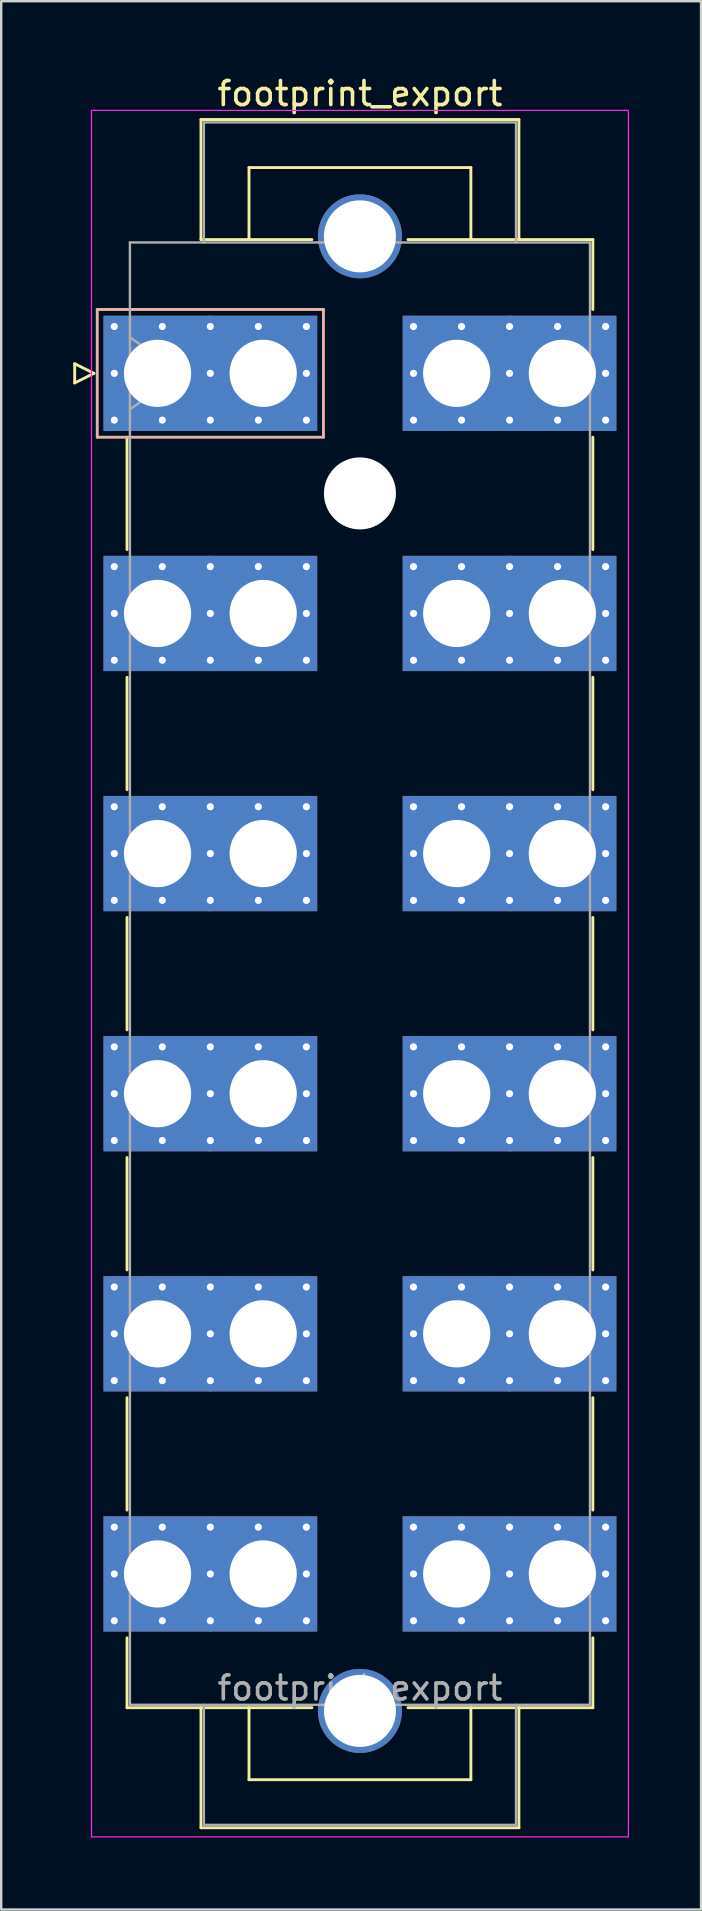
<source format=kicad_pcb>
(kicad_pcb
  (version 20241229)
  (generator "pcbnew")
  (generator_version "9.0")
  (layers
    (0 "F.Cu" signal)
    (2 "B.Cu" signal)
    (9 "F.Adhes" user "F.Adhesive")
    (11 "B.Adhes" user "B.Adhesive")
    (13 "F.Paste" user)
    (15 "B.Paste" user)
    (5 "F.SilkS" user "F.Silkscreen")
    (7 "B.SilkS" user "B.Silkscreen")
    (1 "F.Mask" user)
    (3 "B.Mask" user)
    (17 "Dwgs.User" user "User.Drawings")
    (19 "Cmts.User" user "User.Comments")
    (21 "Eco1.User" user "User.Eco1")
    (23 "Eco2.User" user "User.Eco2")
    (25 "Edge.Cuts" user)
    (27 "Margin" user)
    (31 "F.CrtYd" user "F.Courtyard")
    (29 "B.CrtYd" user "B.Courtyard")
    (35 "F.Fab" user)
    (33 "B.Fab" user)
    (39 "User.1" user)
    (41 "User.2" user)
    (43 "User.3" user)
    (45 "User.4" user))
  (footprint "footprint_export"
    (layer "F.Cu")
    (at 3.51 12.498)
    (property "Reference" "footprint_export" (at 8.43 -11.65 0) (layer "F.SilkS") (effects (font (size 1 1) (thickness 0.15))))
    (attr through_hole)
    (fp_line (start -3.45 -0.4) (end -3.45 0.4) (stroke (width 0.12) (type solid)) (layer "F.SilkS"))
    (fp_line (start -3.45 0.4) (end -2.65 0) (stroke (width 0.12) (type solid)) (layer "F.SilkS"))
    (fp_line (start -2.65 0) (end -3.45 -0.4) (stroke (width 0.12) (type solid)) (layer "F.SilkS"))
    (fp_line (start -1.27 2.66) (end -1.27 7.34) (stroke (width 0.12) (type solid)) (layer "F.SilkS"))
    (fp_line (start -1.27 12.66) (end -1.27 17.34) (stroke (width 0.12) (type solid)) (layer "F.SilkS"))
    (fp_line (start -1.27 22.66) (end -1.27 27.34) (stroke (width 0.12) (type solid)) (layer "F.SilkS"))
    (fp_line (start -1.27 32.66) (end -1.27 37.34) (stroke (width 0.12) (type solid)) (layer "F.SilkS"))
    (fp_line (start -1.27 42.66) (end -1.27 47.34) (stroke (width 0.12) (type solid)) (layer "F.SilkS"))
    (fp_line (start -1.27 52.66) (end -1.27 55.57) (stroke (width 0.12) (type solid)) (layer "F.SilkS"))
    (fp_line (start -1.27 55.57) (end 6.43 55.57) (stroke (width 0.12) (type solid)) (layer "F.SilkS"))
    (fp_line (start 1.81 -10.57) (end 15.05 -10.57) (stroke (width 0.12) (type solid)) (layer "F.SilkS"))
    (fp_line (start 1.81 -5.57) (end 1.81 -10.57) (stroke (width 0.12) (type solid)) (layer "F.SilkS"))
    (fp_line (start 1.81 55.57) (end 1.81 60.57) (stroke (width 0.12) (type solid)) (layer "F.SilkS"))
    (fp_line (start 1.81 60.57) (end 15.05 60.57) (stroke (width 0.12) (type solid)) (layer "F.SilkS"))
    (fp_line (start 3.81 -8.57) (end 13.05 -8.57) (stroke (width 0.12) (type solid)) (layer "F.SilkS"))
    (fp_line (start 3.81 -5.57) (end 3.81 -8.57) (stroke (width 0.12) (type solid)) (layer "F.SilkS"))
    (fp_line (start 3.81 55.57) (end 3.81 58.57) (stroke (width 0.12) (type solid)) (layer "F.SilkS"))
    (fp_line (start 3.81 58.57) (end 13.05 58.57) (stroke (width 0.12) (type solid)) (layer "F.SilkS"))
    (fp_line (start 6.43 -5.57) (end 1.81 -5.57) (stroke (width 0.12) (type solid)) (layer "F.SilkS"))
    (fp_line (start 13.05 -8.57) (end 13.05 -5.57) (stroke (width 0.12) (type solid)) (layer "F.SilkS"))
    (fp_line (start 13.05 58.57) (end 13.05 55.57) (stroke (width 0.12) (type solid)) (layer "F.SilkS"))
    (fp_line (start 15.05 -10.57) (end 15.05 -5.57) (stroke (width 0.12) (type solid)) (layer "F.SilkS"))
    (fp_line (start 15.05 60.57) (end 15.05 55.57) (stroke (width 0.12) (type solid)) (layer "F.SilkS"))
    (fp_line (start 18.13 -5.57) (end 10.43 -5.57) (stroke (width 0.12) (type solid)) (layer "F.SilkS"))
    (fp_line (start 18.13 -2.66) (end 18.13 -5.57) (stroke (width 0.12) (type solid)) (layer "F.SilkS"))
    (fp_line (start 18.13 2.66) (end 18.13 7.34) (stroke (width 0.12) (type solid)) (layer "F.SilkS"))
    (fp_line (start 18.13 12.66) (end 18.13 17.34) (stroke (width 0.12) (type solid)) (layer "F.SilkS"))
    (fp_line (start 18.13 22.66) (end 18.13 27.34) (stroke (width 0.12) (type solid)) (layer "F.SilkS"))
    (fp_line (start 18.13 32.66) (end 18.13 37.34) (stroke (width 0.12) (type solid)) (layer "F.SilkS"))
    (fp_line (start 18.13 42.66) (end 18.13 47.34) (stroke (width 0.12) (type solid)) (layer "F.SilkS"))
    (fp_line (start 18.13 52.66) (end 18.13 55.57) (stroke (width 0.12) (type solid)) (layer "F.SilkS"))
    (fp_line (start 18.13 55.57) (end 10.43 55.57) (stroke (width 0.12) (type solid)) (layer "F.SilkS"))
    (fp_line (start -2.51 -2.66) (end -2.51 2.66) (stroke (width 0.12) (type solid)) (layer "B.SilkS"))
    (fp_line (start -2.51 2.66) (end 6.91 2.66) (stroke (width 0.12) (type solid)) (layer "B.SilkS"))
    (fp_line (start 6.91 -2.66) (end -2.51 -2.66) (stroke (width 0.12) (type solid)) (layer "B.SilkS"))
    (fp_line (start 6.91 2.66) (end 6.91 -2.66) (stroke (width 0.12) (type solid)) (layer "B.SilkS"))
    (fp_line (start -2.75 -10.95) (end -2.75 60.95) (stroke (width 0.05) (type solid)) (layer "F.CrtYd"))
    (fp_line (start -2.75 60.95) (end 19.61 60.95) (stroke (width 0.05) (type solid)) (layer "F.CrtYd"))
    (fp_line (start 19.61 -10.95) (end -2.75 -10.95) (stroke (width 0.05) (type solid)) (layer "F.CrtYd"))
    (fp_line (start 19.61 60.95) (end 19.61 -10.95) (stroke (width 0.05) (type solid)) (layer "F.CrtYd"))
    (fp_line (start -1.15 -5.45) (end -1.15 55.45) (stroke (width 0.1) (type solid)) (layer "F.Fab"))
    (fp_line (start -1.15 -1.5) (end 0.971 0) (stroke (width 0.1) (type solid)) (layer "F.Fab"))
    (fp_line (start -1.15 55.45) (end 18.01 55.45) (stroke (width 0.1) (type solid)) (layer "F.Fab"))
    (fp_line (start 0.971 0) (end -1.15 1.5) (stroke (width 0.1) (type solid)) (layer "F.Fab"))
    (fp_line (start 1.93 -10.45) (end 14.93 -10.45) (stroke (width 0.1) (type solid)) (layer "F.Fab"))
    (fp_line (start 1.93 -5.45) (end 1.93 -10.45) (stroke (width 0.1) (type solid)) (layer "F.Fab"))
    (fp_line (start 1.93 55.45) (end 1.93 60.45) (stroke (width 0.1) (type solid)) (layer "F.Fab"))
    (fp_line (start 1.93 60.45) (end 14.93 60.45) (stroke (width 0.1) (type solid)) (layer "F.Fab"))
    (fp_line (start 14.93 -10.45) (end 14.93 -5.45) (stroke (width 0.1) (type solid)) (layer "F.Fab"))
    (fp_line (start 14.93 60.45) (end 14.93 55.45) (stroke (width 0.1) (type solid)) (layer "F.Fab"))
    (fp_line (start 18.01 -5.45) (end -1.15 -5.45) (stroke (width 0.1) (type solid)) (layer "F.Fab"))
    (fp_line (start 18.01 55.45) (end 18.01 -5.45) (stroke (width 0.1) (type solid)) (layer "F.Fab"))
    (fp_text user "${REFERENCE}" (at 8.43 54.75 0) (layer "F.Fab") (effects (font (size 1 1) (thickness 0.15))))
    (pad "" thru_hole circle (at 8.43 -5.705) (size 3.5 3.5) (drill 3) (layers "*.Cu" "*.Mask"))
    (pad "" np_thru_hole circle (at 8.43 5) (size 3 3) (drill 3) (layers "*.Cu" "*.Mask"))
    (pad "" thru_hole circle (at 8.43 55.705) (size 3.5 3.5) (drill 3) (layers "*.Cu" "*.Mask"))
    (pad "1" thru_hole roundrect (at -1.8 -1.95) (size 0.6 0.6) (drill 0.3) (layers "*.Cu" "*.Mask") (roundrect_rratio 0.25))
    (pad "1" thru_hole roundrect (at -1.8 0) (size 0.6 0.6) (drill 0.3) (layers "*.Cu" "*.Mask") (roundrect_rratio 0.25))
    (pad "1" thru_hole roundrect (at -1.8 1.95) (size 0.6 0.6) (drill 0.3) (layers "*.Cu" "*.Mask") (roundrect_rratio 0.25))
    (pad "1" thru_hole rect (at 0 0) (size 4.5 4.8) (drill 2.8) (layers "*.Cu" "*.Mask"))
    (pad "1" thru_hole roundrect (at 0.2 -1.95) (size 0.6 0.6) (drill 0.3) (layers "*.Cu" "*.Mask") (roundrect_rratio 0.25))
    (pad "1" thru_hole roundrect (at 0.2 1.95) (size 0.6 0.6) (drill 0.3) (layers "*.Cu" "*.Mask") (roundrect_rratio 0.25))
    (pad "1" thru_hole roundrect (at 2.2 -1.95) (size 0.6 0.6) (drill 0.3) (layers "*.Cu" "*.Mask") (roundrect_rratio 0.25))
    (pad "1" thru_hole roundrect (at 2.2 0) (size 0.6 0.6) (drill 0.3) (layers "*.Cu" "*.Mask") (roundrect_rratio 0.25))
    (pad "1" thru_hole roundrect (at 2.2 1.95) (size 0.6 0.6) (drill 0.3) (layers "*.Cu" "*.Mask") (roundrect_rratio 0.25))
    (pad "1" thru_hole roundrect (at 4.2 -1.95) (size 0.6 0.6) (drill 0.3) (layers "*.Cu" "*.Mask") (roundrect_rratio 0.25))
    (pad "1" thru_hole roundrect (at 4.2 1.95) (size 0.6 0.6) (drill 0.3) (layers "*.Cu" "*.Mask") (roundrect_rratio 0.25))
    (pad "1" thru_hole rect (at 4.4 0) (size 4.5 4.8) (drill 2.8) (layers "*.Cu" "*.Mask"))
    (pad "1" thru_hole roundrect (at 6.2 -1.95) (size 0.6 0.6) (drill 0.3) (layers "*.Cu" "*.Mask") (roundrect_rratio 0.25))
    (pad "1" thru_hole roundrect (at 6.2 0) (size 0.6 0.6) (drill 0.3) (layers "*.Cu" "*.Mask") (roundrect_rratio 0.25))
    (pad "1" thru_hole roundrect (at 6.2 1.95) (size 0.6 0.6) (drill 0.3) (layers "*.Cu" "*.Mask") (roundrect_rratio 0.25))
    (pad "2" thru_hole circle (at -1.8 8.05) (size 0.6 0.6) (drill 0.3) (layers "*.Cu" "*.Mask"))
    (pad "2" thru_hole circle (at -1.8 10) (size 0.6 0.6) (drill 0.3) (layers "*.Cu" "*.Mask"))
    (pad "2" thru_hole circle (at -1.8 11.95) (size 0.6 0.6) (drill 0.3) (layers "*.Cu" "*.Mask"))
    (pad "2" thru_hole rect (at 0 10) (size 4.5 4.8) (drill 2.8) (layers "*.Cu" "*.Mask"))
    (pad "2" thru_hole circle (at 0.2 8.05) (size 0.6 0.6) (drill 0.3) (layers "*.Cu" "*.Mask"))
    (pad "2" thru_hole circle (at 0.2 11.95) (size 0.6 0.6) (drill 0.3) (layers "*.Cu" "*.Mask"))
    (pad "2" thru_hole circle (at 2.2 8.05) (size 0.6 0.6) (drill 0.3) (layers "*.Cu" "*.Mask"))
    (pad "2" thru_hole circle (at 2.2 10) (size 0.6 0.6) (drill 0.3) (layers "*.Cu" "*.Mask"))
    (pad "2" thru_hole circle (at 2.2 11.95) (size 0.6 0.6) (drill 0.3) (layers "*.Cu" "*.Mask"))
    (pad "2" thru_hole circle (at 4.2 8.05) (size 0.6 0.6) (drill 0.3) (layers "*.Cu" "*.Mask"))
    (pad "2" thru_hole circle (at 4.2 11.95) (size 0.6 0.6) (drill 0.3) (layers "*.Cu" "*.Mask"))
    (pad "2" thru_hole rect (at 4.4 10) (size 4.5 4.8) (drill 2.8) (layers "*.Cu" "*.Mask"))
    (pad "2" thru_hole circle (at 6.2 8.05) (size 0.6 0.6) (drill 0.3) (layers "*.Cu" "*.Mask"))
    (pad "2" thru_hole circle (at 6.2 10) (size 0.6 0.6) (drill 0.3) (layers "*.Cu" "*.Mask"))
    (pad "2" thru_hole circle (at 6.2 11.95) (size 0.6 0.6) (drill 0.3) (layers "*.Cu" "*.Mask"))
    (pad "3" thru_hole circle (at -1.8 18.05) (size 0.6 0.6) (drill 0.3) (layers "*.Cu" "*.Mask"))
    (pad "3" thru_hole circle (at -1.8 20) (size 0.6 0.6) (drill 0.3) (layers "*.Cu" "*.Mask"))
    (pad "3" thru_hole circle (at -1.8 21.95) (size 0.6 0.6) (drill 0.3) (layers "*.Cu" "*.Mask"))
    (pad "3" thru_hole rect (at 0 20) (size 4.5 4.8) (drill 2.8) (layers "*.Cu" "*.Mask"))
    (pad "3" thru_hole circle (at 0.2 18.05) (size 0.6 0.6) (drill 0.3) (layers "*.Cu" "*.Mask"))
    (pad "3" thru_hole circle (at 0.2 21.95) (size 0.6 0.6) (drill 0.3) (layers "*.Cu" "*.Mask"))
    (pad "3" thru_hole circle (at 2.2 18.05) (size 0.6 0.6) (drill 0.3) (layers "*.Cu" "*.Mask"))
    (pad "3" thru_hole circle (at 2.2 20) (size 0.6 0.6) (drill 0.3) (layers "*.Cu" "*.Mask"))
    (pad "3" thru_hole circle (at 2.2 21.95) (size 0.6 0.6) (drill 0.3) (layers "*.Cu" "*.Mask"))
    (pad "3" thru_hole circle (at 4.2 18.05) (size 0.6 0.6) (drill 0.3) (layers "*.Cu" "*.Mask"))
    (pad "3" thru_hole circle (at 4.2 21.95) (size 0.6 0.6) (drill 0.3) (layers "*.Cu" "*.Mask"))
    (pad "3" thru_hole rect (at 4.4 20) (size 4.5 4.8) (drill 2.8) (layers "*.Cu" "*.Mask"))
    (pad "3" thru_hole circle (at 6.2 18.05) (size 0.6 0.6) (drill 0.3) (layers "*.Cu" "*.Mask"))
    (pad "3" thru_hole circle (at 6.2 20) (size 0.6 0.6) (drill 0.3) (layers "*.Cu" "*.Mask"))
    (pad "3" thru_hole circle (at 6.2 21.95) (size 0.6 0.6) (drill 0.3) (layers "*.Cu" "*.Mask"))
    (pad "4" thru_hole circle (at -1.8 28.05) (size 0.6 0.6) (drill 0.3) (layers "*.Cu" "*.Mask"))
    (pad "4" thru_hole circle (at -1.8 30) (size 0.6 0.6) (drill 0.3) (layers "*.Cu" "*.Mask"))
    (pad "4" thru_hole circle (at -1.8 31.95) (size 0.6 0.6) (drill 0.3) (layers "*.Cu" "*.Mask"))
    (pad "4" thru_hole rect (at 0 30) (size 4.5 4.8) (drill 2.8) (layers "*.Cu" "*.Mask"))
    (pad "4" thru_hole circle (at 0.2 28.05) (size 0.6 0.6) (drill 0.3) (layers "*.Cu" "*.Mask"))
    (pad "4" thru_hole circle (at 0.2 31.95) (size 0.6 0.6) (drill 0.3) (layers "*.Cu" "*.Mask"))
    (pad "4" thru_hole circle (at 2.2 28.05) (size 0.6 0.6) (drill 0.3) (layers "*.Cu" "*.Mask"))
    (pad "4" thru_hole circle (at 2.2 30) (size 0.6 0.6) (drill 0.3) (layers "*.Cu" "*.Mask"))
    (pad "4" thru_hole circle (at 2.2 31.95) (size 0.6 0.6) (drill 0.3) (layers "*.Cu" "*.Mask"))
    (pad "4" thru_hole circle (at 4.2 28.05) (size 0.6 0.6) (drill 0.3) (layers "*.Cu" "*.Mask"))
    (pad "4" thru_hole circle (at 4.2 31.95) (size 0.6 0.6) (drill 0.3) (layers "*.Cu" "*.Mask"))
    (pad "4" thru_hole rect (at 4.4 30) (size 4.5 4.8) (drill 2.8) (layers "*.Cu" "*.Mask"))
    (pad "4" thru_hole circle (at 6.2 28.05) (size 0.6 0.6) (drill 0.3) (layers "*.Cu" "*.Mask"))
    (pad "4" thru_hole circle (at 6.2 30) (size 0.6 0.6) (drill 0.3) (layers "*.Cu" "*.Mask"))
    (pad "4" thru_hole circle (at 6.2 31.95) (size 0.6 0.6) (drill 0.3) (layers "*.Cu" "*.Mask"))
    (pad "5" thru_hole circle (at -1.8 38.05) (size 0.6 0.6) (drill 0.3) (layers "*.Cu" "*.Mask"))
    (pad "5" thru_hole circle (at -1.8 40) (size 0.6 0.6) (drill 0.3) (layers "*.Cu" "*.Mask"))
    (pad "5" thru_hole circle (at -1.8 41.95) (size 0.6 0.6) (drill 0.3) (layers "*.Cu" "*.Mask"))
    (pad "5" thru_hole rect (at 0 40) (size 4.5 4.8) (drill 2.8) (layers "*.Cu" "*.Mask"))
    (pad "5" thru_hole circle (at 0.2 38.05) (size 0.6 0.6) (drill 0.3) (layers "*.Cu" "*.Mask"))
    (pad "5" thru_hole circle (at 0.2 41.95) (size 0.6 0.6) (drill 0.3) (layers "*.Cu" "*.Mask"))
    (pad "5" thru_hole circle (at 2.2 38.05) (size 0.6 0.6) (drill 0.3) (layers "*.Cu" "*.Mask"))
    (pad "5" thru_hole circle (at 2.2 40) (size 0.6 0.6) (drill 0.3) (layers "*.Cu" "*.Mask"))
    (pad "5" thru_hole circle (at 2.2 41.95) (size 0.6 0.6) (drill 0.3) (layers "*.Cu" "*.Mask"))
    (pad "5" thru_hole circle (at 4.2 38.05) (size 0.6 0.6) (drill 0.3) (layers "*.Cu" "*.Mask"))
    (pad "5" thru_hole circle (at 4.2 41.95) (size 0.6 0.6) (drill 0.3) (layers "*.Cu" "*.Mask"))
    (pad "5" thru_hole rect (at 4.4 40) (size 4.5 4.8) (drill 2.8) (layers "*.Cu" "*.Mask"))
    (pad "5" thru_hole circle (at 6.2 38.05) (size 0.6 0.6) (drill 0.3) (layers "*.Cu" "*.Mask"))
    (pad "5" thru_hole circle (at 6.2 40) (size 0.6 0.6) (drill 0.3) (layers "*.Cu" "*.Mask"))
    (pad "5" thru_hole circle (at 6.2 41.95) (size 0.6 0.6) (drill 0.3) (layers "*.Cu" "*.Mask"))
    (pad "6" thru_hole circle (at -1.8 48.05) (size 0.6 0.6) (drill 0.3) (layers "*.Cu" "*.Mask"))
    (pad "6" thru_hole circle (at -1.8 50) (size 0.6 0.6) (drill 0.3) (layers "*.Cu" "*.Mask"))
    (pad "6" thru_hole circle (at -1.8 51.95) (size 0.6 0.6) (drill 0.3) (layers "*.Cu" "*.Mask"))
    (pad "6" thru_hole rect (at 0 50) (size 4.5 4.8) (drill 2.8) (layers "*.Cu" "*.Mask"))
    (pad "6" thru_hole circle (at 0.2 48.05) (size 0.6 0.6) (drill 0.3) (layers "*.Cu" "*.Mask"))
    (pad "6" thru_hole circle (at 0.2 51.95) (size 0.6 0.6) (drill 0.3) (layers "*.Cu" "*.Mask"))
    (pad "6" thru_hole circle (at 2.2 48.05) (size 0.6 0.6) (drill 0.3) (layers "*.Cu" "*.Mask"))
    (pad "6" thru_hole circle (at 2.2 50) (size 0.6 0.6) (drill 0.3) (layers "*.Cu" "*.Mask"))
    (pad "6" thru_hole circle (at 2.2 51.95) (size 0.6 0.6) (drill 0.3) (layers "*.Cu" "*.Mask"))
    (pad "6" thru_hole circle (at 4.2 48.05) (size 0.6 0.6) (drill 0.3) (layers "*.Cu" "*.Mask"))
    (pad "6" thru_hole circle (at 4.2 51.95) (size 0.6 0.6) (drill 0.3) (layers "*.Cu" "*.Mask"))
    (pad "6" thru_hole rect (at 4.4 50) (size 4.5 4.8) (drill 2.8) (layers "*.Cu" "*.Mask"))
    (pad "6" thru_hole circle (at 6.2 48.05) (size 0.6 0.6) (drill 0.3) (layers "*.Cu" "*.Mask"))
    (pad "6" thru_hole circle (at 6.2 50) (size 0.6 0.6) (drill 0.3) (layers "*.Cu" "*.Mask"))
    (pad "6" thru_hole circle (at 6.2 51.95) (size 0.6 0.6) (drill 0.3) (layers "*.Cu" "*.Mask"))
    (pad "7" thru_hole circle (at 10.66 -1.95) (size 0.6 0.6) (drill 0.3) (layers "*.Cu" "*.Mask"))
    (pad "7" thru_hole circle (at 10.66 0) (size 0.6 0.6) (drill 0.3) (layers "*.Cu" "*.Mask"))
    (pad "7" thru_hole circle (at 10.66 1.95) (size 0.6 0.6) (drill 0.3) (layers "*.Cu" "*.Mask"))
    (pad "7" thru_hole rect (at 12.46 0) (size 4.5 4.8) (drill 2.8) (layers "*.Cu" "*.Mask"))
    (pad "7" thru_hole circle (at 12.66 -1.95) (size 0.6 0.6) (drill 0.3) (layers "*.Cu" "*.Mask"))
    (pad "7" thru_hole circle (at 12.66 1.95) (size 0.6 0.6) (drill 0.3) (layers "*.Cu" "*.Mask"))
    (pad "7" thru_hole circle (at 14.66 -1.95) (size 0.6 0.6) (drill 0.3) (layers "*.Cu" "*.Mask"))
    (pad "7" thru_hole circle (at 14.66 0) (size 0.6 0.6) (drill 0.3) (layers "*.Cu" "*.Mask"))
    (pad "7" thru_hole circle (at 14.66 1.95) (size 0.6 0.6) (drill 0.3) (layers "*.Cu" "*.Mask"))
    (pad "7" thru_hole circle (at 16.66 -1.95) (size 0.6 0.6) (drill 0.3) (layers "*.Cu" "*.Mask"))
    (pad "7" thru_hole circle (at 16.66 1.95) (size 0.6 0.6) (drill 0.3) (layers "*.Cu" "*.Mask"))
    (pad "7" thru_hole rect (at 16.86 0) (size 4.5 4.8) (drill 2.8) (layers "*.Cu" "*.Mask"))
    (pad "7" thru_hole circle (at 18.66 -1.95) (size 0.6 0.6) (drill 0.3) (layers "*.Cu" "*.Mask"))
    (pad "7" thru_hole circle (at 18.66 0) (size 0.6 0.6) (drill 0.3) (layers "*.Cu" "*.Mask"))
    (pad "7" thru_hole circle (at 18.66 1.95) (size 0.6 0.6) (drill 0.3) (layers "*.Cu" "*.Mask"))
    (pad "8" thru_hole circle (at 10.66 8.05) (size 0.6 0.6) (drill 0.3) (layers "*.Cu" "*.Mask"))
    (pad "8" thru_hole circle (at 10.66 10) (size 0.6 0.6) (drill 0.3) (layers "*.Cu" "*.Mask"))
    (pad "8" thru_hole circle (at 10.66 11.95) (size 0.6 0.6) (drill 0.3) (layers "*.Cu" "*.Mask"))
    (pad "8" thru_hole rect (at 12.46 10) (size 4.5 4.8) (drill 2.8) (layers "*.Cu" "*.Mask"))
    (pad "8" thru_hole circle (at 12.66 8.05) (size 0.6 0.6) (drill 0.3) (layers "*.Cu" "*.Mask"))
    (pad "8" thru_hole circle (at 12.66 11.95) (size 0.6 0.6) (drill 0.3) (layers "*.Cu" "*.Mask"))
    (pad "8" thru_hole circle (at 14.66 8.05) (size 0.6 0.6) (drill 0.3) (layers "*.Cu" "*.Mask"))
    (pad "8" thru_hole circle (at 14.66 10) (size 0.6 0.6) (drill 0.3) (layers "*.Cu" "*.Mask"))
    (pad "8" thru_hole circle (at 14.66 11.95) (size 0.6 0.6) (drill 0.3) (layers "*.Cu" "*.Mask"))
    (pad "8" thru_hole circle (at 16.66 8.05) (size 0.6 0.6) (drill 0.3) (layers "*.Cu" "*.Mask"))
    (pad "8" thru_hole circle (at 16.66 11.95) (size 0.6 0.6) (drill 0.3) (layers "*.Cu" "*.Mask"))
    (pad "8" thru_hole rect (at 16.86 10) (size 4.5 4.8) (drill 2.8) (layers "*.Cu" "*.Mask"))
    (pad "8" thru_hole circle (at 18.66 8.05) (size 0.6 0.6) (drill 0.3) (layers "*.Cu" "*.Mask"))
    (pad "8" thru_hole circle (at 18.66 10) (size 0.6 0.6) (drill 0.3) (layers "*.Cu" "*.Mask"))
    (pad "8" thru_hole circle (at 18.66 11.95) (size 0.6 0.6) (drill 0.3) (layers "*.Cu" "*.Mask"))
    (pad "9" thru_hole circle (at 10.66 18.05) (size 0.6 0.6) (drill 0.3) (layers "*.Cu" "*.Mask"))
    (pad "9" thru_hole circle (at 10.66 20) (size 0.6 0.6) (drill 0.3) (layers "*.Cu" "*.Mask"))
    (pad "9" thru_hole circle (at 10.66 21.95) (size 0.6 0.6) (drill 0.3) (layers "*.Cu" "*.Mask"))
    (pad "9" thru_hole rect (at 12.46 20) (size 4.5 4.8) (drill 2.8) (layers "*.Cu" "*.Mask"))
    (pad "9" thru_hole circle (at 12.66 18.05) (size 0.6 0.6) (drill 0.3) (layers "*.Cu" "*.Mask"))
    (pad "9" thru_hole circle (at 12.66 21.95) (size 0.6 0.6) (drill 0.3) (layers "*.Cu" "*.Mask"))
    (pad "9" thru_hole circle (at 14.66 18.05) (size 0.6 0.6) (drill 0.3) (layers "*.Cu" "*.Mask"))
    (pad "9" thru_hole circle (at 14.66 20) (size 0.6 0.6) (drill 0.3) (layers "*.Cu" "*.Mask"))
    (pad "9" thru_hole circle (at 14.66 21.95) (size 0.6 0.6) (drill 0.3) (layers "*.Cu" "*.Mask"))
    (pad "9" thru_hole circle (at 16.66 18.05) (size 0.6 0.6) (drill 0.3) (layers "*.Cu" "*.Mask"))
    (pad "9" thru_hole circle (at 16.66 21.95) (size 0.6 0.6) (drill 0.3) (layers "*.Cu" "*.Mask"))
    (pad "9" thru_hole rect (at 16.86 20) (size 4.5 4.8) (drill 2.8) (layers "*.Cu" "*.Mask"))
    (pad "9" thru_hole circle (at 18.66 18.05) (size 0.6 0.6) (drill 0.3) (layers "*.Cu" "*.Mask"))
    (pad "9" thru_hole circle (at 18.66 20) (size 0.6 0.6) (drill 0.3) (layers "*.Cu" "*.Mask"))
    (pad "9" thru_hole circle (at 18.66 21.95) (size 0.6 0.6) (drill 0.3) (layers "*.Cu" "*.Mask"))
    (pad "10" thru_hole circle (at 10.66 28.05) (size 0.6 0.6) (drill 0.3) (layers "*.Cu" "*.Mask"))
    (pad "10" thru_hole circle (at 10.66 30) (size 0.6 0.6) (drill 0.3) (layers "*.Cu" "*.Mask"))
    (pad "10" thru_hole circle (at 10.66 31.95) (size 0.6 0.6) (drill 0.3) (layers "*.Cu" "*.Mask"))
    (pad "10" thru_hole rect (at 12.46 30) (size 4.5 4.8) (drill 2.8) (layers "*.Cu" "*.Mask"))
    (pad "10" thru_hole circle (at 12.66 28.05) (size 0.6 0.6) (drill 0.3) (layers "*.Cu" "*.Mask"))
    (pad "10" thru_hole circle (at 12.66 31.95) (size 0.6 0.6) (drill 0.3) (layers "*.Cu" "*.Mask"))
    (pad "10" thru_hole circle (at 14.66 28.05) (size 0.6 0.6) (drill 0.3) (layers "*.Cu" "*.Mask"))
    (pad "10" thru_hole circle (at 14.66 30) (size 0.6 0.6) (drill 0.3) (layers "*.Cu" "*.Mask"))
    (pad "10" thru_hole circle (at 14.66 31.95) (size 0.6 0.6) (drill 0.3) (layers "*.Cu" "*.Mask"))
    (pad "10" thru_hole circle (at 16.66 28.05) (size 0.6 0.6) (drill 0.3) (layers "*.Cu" "*.Mask"))
    (pad "10" thru_hole circle (at 16.66 31.95) (size 0.6 0.6) (drill 0.3) (layers "*.Cu" "*.Mask"))
    (pad "10" thru_hole rect (at 16.86 30) (size 4.5 4.8) (drill 2.8) (layers "*.Cu" "*.Mask"))
    (pad "10" thru_hole circle (at 18.66 28.05) (size 0.6 0.6) (drill 0.3) (layers "*.Cu" "*.Mask"))
    (pad "10" thru_hole circle (at 18.66 30) (size 0.6 0.6) (drill 0.3) (layers "*.Cu" "*.Mask"))
    (pad "10" thru_hole circle (at 18.66 31.95) (size 0.6 0.6) (drill 0.3) (layers "*.Cu" "*.Mask"))
    (pad "11" thru_hole circle (at 10.66 38.05) (size 0.6 0.6) (drill 0.3) (layers "*.Cu" "*.Mask"))
    (pad "11" thru_hole circle (at 10.66 40) (size 0.6 0.6) (drill 0.3) (layers "*.Cu" "*.Mask"))
    (pad "11" thru_hole circle (at 10.66 41.95) (size 0.6 0.6) (drill 0.3) (layers "*.Cu" "*.Mask"))
    (pad "11" thru_hole rect (at 12.46 40) (size 4.5 4.8) (drill 2.8) (layers "*.Cu" "*.Mask"))
    (pad "11" thru_hole circle (at 12.66 38.05) (size 0.6 0.6) (drill 0.3) (layers "*.Cu" "*.Mask"))
    (pad "11" thru_hole circle (at 12.66 41.95) (size 0.6 0.6) (drill 0.3) (layers "*.Cu" "*.Mask"))
    (pad "11" thru_hole circle (at 14.66 38.05) (size 0.6 0.6) (drill 0.3) (layers "*.Cu" "*.Mask"))
    (pad "11" thru_hole circle (at 14.66 40) (size 0.6 0.6) (drill 0.3) (layers "*.Cu" "*.Mask"))
    (pad "11" thru_hole circle (at 14.66 41.95) (size 0.6 0.6) (drill 0.3) (layers "*.Cu" "*.Mask"))
    (pad "11" thru_hole circle (at 16.66 38.05) (size 0.6 0.6) (drill 0.3) (layers "*.Cu" "*.Mask"))
    (pad "11" thru_hole circle (at 16.66 41.95) (size 0.6 0.6) (drill 0.3) (layers "*.Cu" "*.Mask"))
    (pad "11" thru_hole rect (at 16.86 40) (size 4.5 4.8) (drill 2.8) (layers "*.Cu" "*.Mask"))
    (pad "11" thru_hole circle (at 18.66 38.05) (size 0.6 0.6) (drill 0.3) (layers "*.Cu" "*.Mask"))
    (pad "11" thru_hole circle (at 18.66 40) (size 0.6 0.6) (drill 0.3) (layers "*.Cu" "*.Mask"))
    (pad "11" thru_hole circle (at 18.66 41.95) (size 0.6 0.6) (drill 0.3) (layers "*.Cu" "*.Mask"))
    (pad "12" thru_hole circle (at 10.66 48.05) (size 0.6 0.6) (drill 0.3) (layers "*.Cu" "*.Mask"))
    (pad "12" thru_hole circle (at 10.66 50) (size 0.6 0.6) (drill 0.3) (layers "*.Cu" "*.Mask"))
    (pad "12" thru_hole circle (at 10.66 51.95) (size 0.6 0.6) (drill 0.3) (layers "*.Cu" "*.Mask"))
    (pad "12" thru_hole rect (at 12.46 50) (size 4.5 4.8) (drill 2.8) (layers "*.Cu" "*.Mask"))
    (pad "12" thru_hole circle (at 12.66 48.05) (size 0.6 0.6) (drill 0.3) (layers "*.Cu" "*.Mask"))
    (pad "12" thru_hole circle (at 12.66 51.95) (size 0.6 0.6) (drill 0.3) (layers "*.Cu" "*.Mask"))
    (pad "12" thru_hole circle (at 14.66 48.05) (size 0.6 0.6) (drill 0.3) (layers "*.Cu" "*.Mask"))
    (pad "12" thru_hole circle (at 14.66 50) (size 0.6 0.6) (drill 0.3) (layers "*.Cu" "*.Mask"))
    (pad "12" thru_hole circle (at 14.66 51.95) (size 0.6 0.6) (drill 0.3) (layers "*.Cu" "*.Mask"))
    (pad "12" thru_hole circle (at 16.66 48.05) (size 0.6 0.6) (drill 0.3) (layers "*.Cu" "*.Mask"))
    (pad "12" thru_hole circle (at 16.66 51.95) (size 0.6 0.6) (drill 0.3) (layers "*.Cu" "*.Mask"))
    (pad "12" thru_hole rect (at 16.86 50) (size 4.5 4.8) (drill 2.8) (layers "*.Cu" "*.Mask"))
    (pad "12" thru_hole circle (at 18.66 48.05) (size 0.6 0.6) (drill 0.3) (layers "*.Cu" "*.Mask"))
    (pad "12" thru_hole circle (at 18.66 50) (size 0.6 0.6) (drill 0.3) (layers "*.Cu" "*.Mask"))
    (pad "12" thru_hole circle (at 18.66 51.95) (size 0.6 0.6) (drill 0.3) (layers "*.Cu" "*.Mask")))
  (gr_rect
    (start -3 -3)
    (end 26.145 76.473)
    (stroke (width 0.1) (type default))
    (fill no)
    (layer "Edge.Cuts")))
</source>
